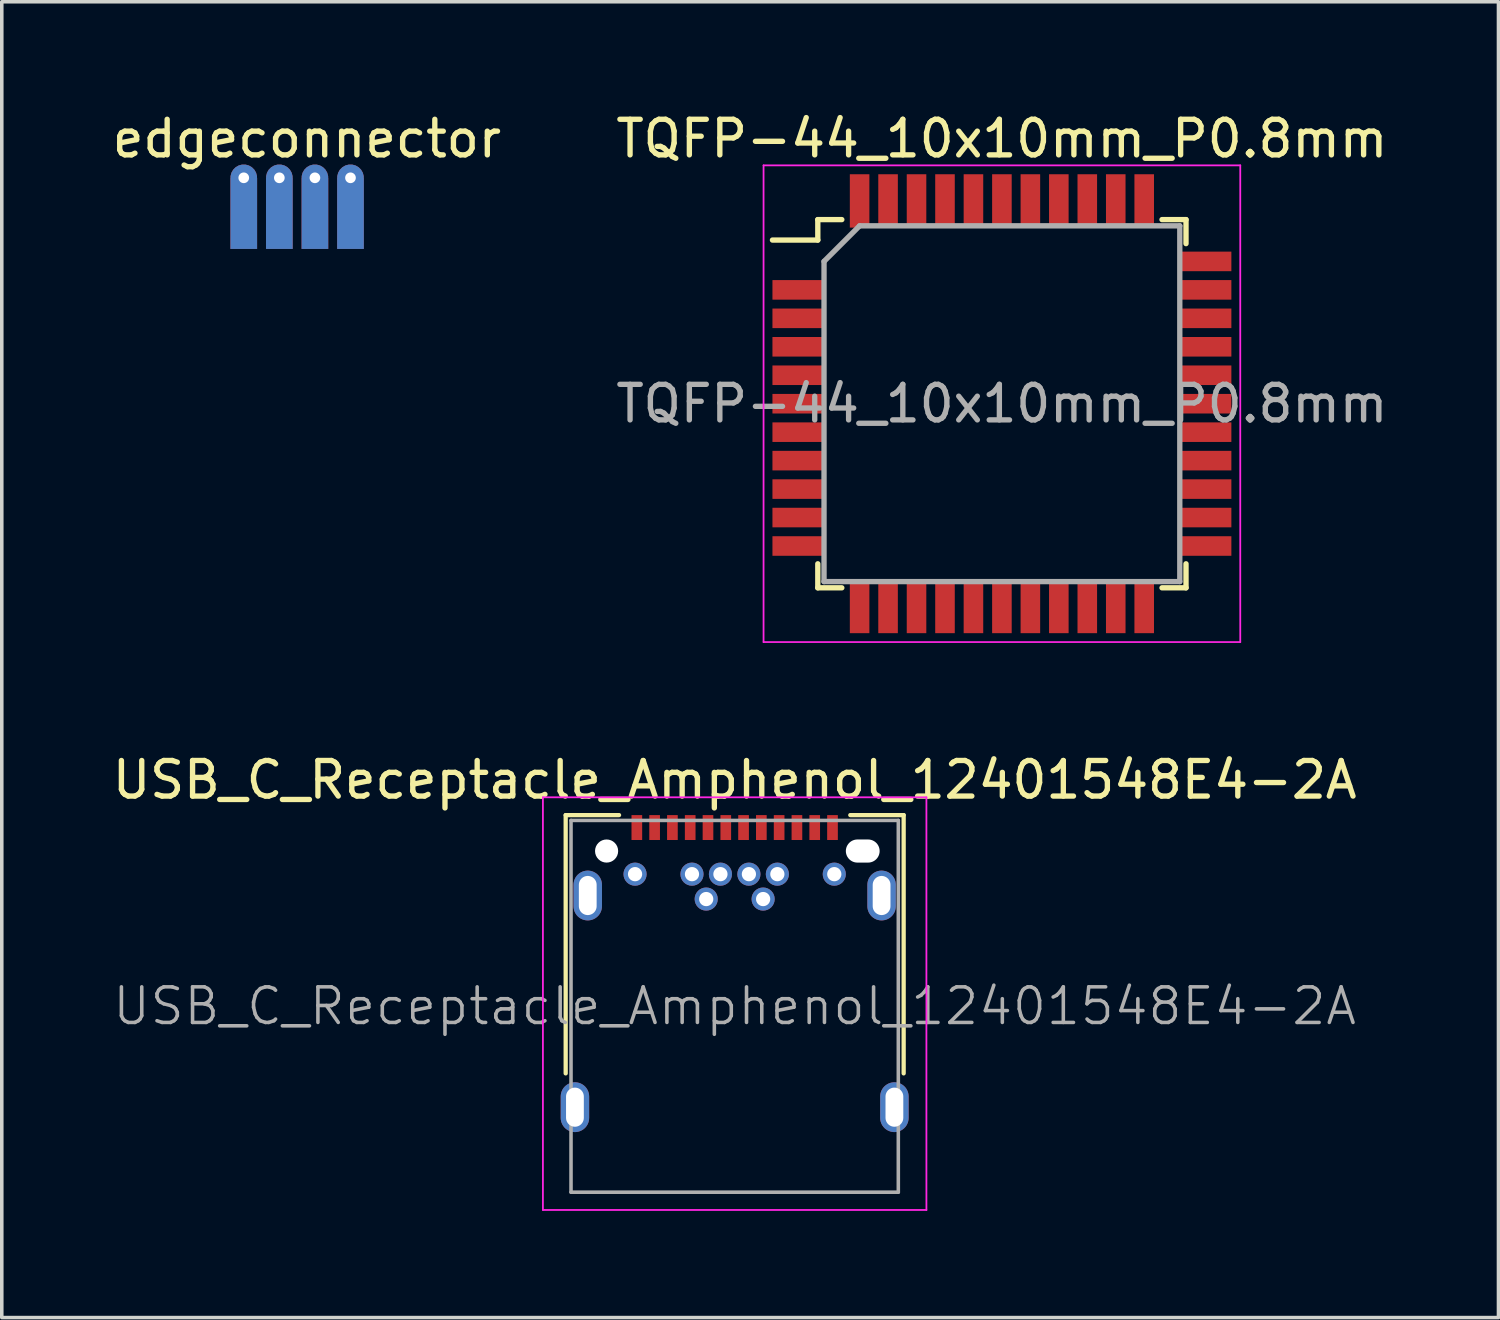
<source format=kicad_pcb>
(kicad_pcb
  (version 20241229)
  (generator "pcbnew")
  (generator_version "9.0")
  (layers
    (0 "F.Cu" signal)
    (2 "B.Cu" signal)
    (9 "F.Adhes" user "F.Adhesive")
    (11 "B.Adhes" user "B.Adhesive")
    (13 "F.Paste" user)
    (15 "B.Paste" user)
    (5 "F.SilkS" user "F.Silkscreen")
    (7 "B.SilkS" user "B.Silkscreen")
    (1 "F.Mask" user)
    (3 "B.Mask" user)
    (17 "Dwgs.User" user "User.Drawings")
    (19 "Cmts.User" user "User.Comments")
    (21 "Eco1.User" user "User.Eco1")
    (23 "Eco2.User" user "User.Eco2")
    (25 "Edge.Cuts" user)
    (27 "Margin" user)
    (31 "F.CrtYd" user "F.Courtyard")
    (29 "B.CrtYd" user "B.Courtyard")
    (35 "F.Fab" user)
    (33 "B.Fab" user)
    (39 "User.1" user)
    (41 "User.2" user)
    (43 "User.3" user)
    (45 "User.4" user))
  (footprint "edgeconnector"
    (layer "F.Cu")
    (at 5.302 3.948)
    (property "Reference" "edgeconnector" (at 0.275 -3.1 180) (layer "F.SilkS") (effects (font (size 1 1) (thickness 0.15))))
    (attr through_hole)
    (pad "1" thru_hole custom (at -1.5 -2) (size 0.75 0.75) (drill 0.3) (layers "*.Cu" "*.Mask") (options (anchor circle)) (primitives (gr_poly (pts (xy 0.375 2) (xy -0.375 2) (xy -0.375 0) (xy 0.375 0)) (width 0) (fill yes))))
    (pad "2" thru_hole custom (at -0.5 -2) (size 0.75 0.75) (drill 0.3) (layers "*.Cu" "*.Mask") (options (anchor circle)) (primitives (gr_poly (pts (xy 0.375 2) (xy -0.375 2) (xy -0.375 0) (xy 0.375 0)) (width 0) (fill yes))))
    (pad "3" thru_hole custom (at 0.5 -2) (size 0.75 0.75) (drill 0.3) (layers "*.Cu" "*.Mask") (options (anchor circle)) (primitives (gr_poly (pts (xy 0.375 2) (xy -0.375 2) (xy -0.375 0) (xy 0.375 0)) (width 0) (fill yes))))
    (pad "4" thru_hole custom (at 1.5 -2) (size 0.75 0.75) (drill 0.3) (layers "*.Cu" "*.Mask") (options (anchor circle)) (primitives (gr_poly (pts (xy 0.375 2) (xy -0.375 2) (xy -0.375 0) (xy 0.375 0)) (width 0) (fill yes)))))
  (footprint "USB_C_Receptacle_Amphenol_12401548E4-2A"
    (layer "F.Cu")
    (at 17.601 25.232)
    (property "Reference" "USB_C_Receptacle_Amphenol_12401548E4-2A" (at 0 -6.36 0) (layer "F.SilkS") (effects (font (size 1 1) (thickness 0.15))))
    (attr smd)
    (fp_line (start -4.75 -5.37) (end -4.75 1.89) (stroke (width 0.12) (type solid)) (layer "F.SilkS"))
    (fp_line (start -4.75 -5.37) (end -3.25 -5.37) (stroke (width 0.12) (type solid)) (layer "F.SilkS"))
    (fp_line (start 3.25 -5.37) (end 4.75 -5.37) (stroke (width 0.12) (type solid)) (layer "F.SilkS"))
    (fp_line (start 4.75 -5.37) (end 4.75 1.89) (stroke (width 0.12) (type solid)) (layer "F.SilkS"))
    (fp_line (start -5.39 -5.87) (end 5.39 -5.87) (stroke (width 0.05) (type solid)) (layer "F.CrtYd"))
    (fp_line (start -5.39 5.73) (end -5.39 -5.87) (stroke (width 0.05) (type solid)) (layer "F.CrtYd"))
    (fp_line (start 5.39 -5.87) (end 5.39 5.73) (stroke (width 0.05) (type solid)) (layer "F.CrtYd"))
    (fp_line (start 5.39 5.73) (end -5.39 5.73) (stroke (width 0.05) (type solid)) (layer "F.CrtYd"))
    (fp_line (start -4.6 -5.22) (end 4.6 -5.22) (stroke (width 0.1) (type solid)) (layer "F.Fab"))
    (fp_line (start -4.6 5.23) (end -4.6 -5.22) (stroke (width 0.1) (type solid)) (layer "F.Fab"))
    (fp_line (start -4.6 5.23) (end 4.6 5.23) (stroke (width 0.1) (type solid)) (layer "F.Fab"))
    (fp_line (start 4.6 5.23) (end 4.6 -5.22) (stroke (width 0.1) (type solid)) (layer "F.Fab"))
    (fp_text user "${REFERENCE}" (at 0 0 0) (layer "F.Fab") (effects (font (size 1 1) (thickness 0.1))))
    (pad "" np_thru_hole circle (at -3.6 -4.36) (size 0.65 0.65) (drill 0.65) (layers "*.Cu" "*.Mask"))
    (pad "" np_thru_hole oval (at 3.6 -4.36) (size 0.95 0.65) (drill oval 0.95 0.65) (layers "*.Cu" "*.Mask"))
    (pad "A1" smd rect (at -2.75 -5.02) (size 0.3 0.7) (layers "F.Cu" "F.Mask" "F.Paste"))
    (pad "A2" smd rect (at -2.25 -5.02) (size 0.3 0.7) (layers "F.Cu" "F.Mask" "F.Paste"))
    (pad "A3" smd rect (at -1.75 -5.02) (size 0.3 0.7) (layers "F.Cu" "F.Mask" "F.Paste"))
    (pad "A4" smd rect (at -1.25 -5.02) (size 0.3 0.7) (layers "F.Cu" "F.Mask" "F.Paste"))
    (pad "A5" smd rect (at -0.75 -5.02) (size 0.3 0.7) (layers "F.Cu" "F.Mask" "F.Paste"))
    (pad "A6" smd rect (at -0.25 -5.02) (size 0.3 0.7) (layers "F.Cu" "F.Mask" "F.Paste"))
    (pad "A7" smd rect (at 0.25 -5.02) (size 0.3 0.7) (layers "F.Cu" "F.Mask" "F.Paste"))
    (pad "A8" smd rect (at 0.75 -5.02) (size 0.3 0.7) (layers "F.Cu" "F.Mask" "F.Paste"))
    (pad "A9" smd rect (at 1.25 -5.02) (size 0.3 0.7) (layers "F.Cu" "F.Mask" "F.Paste"))
    (pad "A10" smd rect (at 1.75 -5.02) (size 0.3 0.7) (layers "F.Cu" "F.Mask" "F.Paste"))
    (pad "A11" smd rect (at 2.25 -5.02) (size 0.3 0.7) (layers "F.Cu" "F.Mask" "F.Paste"))
    (pad "A12" smd rect (at 2.75 -5.02) (size 0.3 0.7) (layers "F.Cu" "F.Mask" "F.Paste"))
    (pad "B1" thru_hole circle (at 2.8 -3.71) (size 0.65 0.65) (drill 0.4) (layers "*.Cu" "*.Mask"))
    (pad "B4" thru_hole circle (at 1.2 -3.71) (size 0.65 0.65) (drill 0.4) (layers "*.Cu" "*.Mask"))
    (pad "B5" thru_hole circle (at 0.8 -3.01) (size 0.65 0.65) (drill 0.4) (layers "*.Cu" "*.Mask"))
    (pad "B6" thru_hole circle (at 0.4 -3.71) (size 0.65 0.65) (drill 0.4) (layers "*.Cu" "*.Mask"))
    (pad "B7" thru_hole circle (at -0.4 -3.71) (size 0.65 0.65) (drill 0.4) (layers "*.Cu" "*.Mask"))
    (pad "B8" thru_hole circle (at -0.8 -3.01) (size 0.65 0.65) (drill 0.4) (layers "*.Cu" "*.Mask"))
    (pad "B9" thru_hole circle (at -1.2 -3.71) (size 0.65 0.65) (drill 0.4) (layers "*.Cu" "*.Mask"))
    (pad "B12" thru_hole circle (at -2.8 -3.71) (size 0.65 0.65) (drill 0.4) (layers "*.Cu" "*.Mask"))
    (pad "S1" thru_hole oval (at -4.49 2.84) (size 0.8 1.4) (drill oval 0.5 1.1) (layers "*.Cu" "*.Mask"))
    (pad "S1" thru_hole oval (at -4.13 -3.11) (size 0.8 1.4) (drill oval 0.5 1.1) (layers "*.Cu" "*.Mask"))
    (pad "S1" thru_hole oval (at 4.13 -3.11) (size 0.8 1.4) (drill oval 0.5 1.1) (layers "*.Cu" "*.Mask"))
    (pad "S1" thru_hole oval (at 4.49 2.84) (size 0.8 1.4) (drill oval 0.5 1.1) (layers "*.Cu" "*.Mask")))
  (footprint "TQFP-44_10x10mm_P0.8mm"
    (layer "F.Cu")
    (at 25.113 8.298)
    (property "Reference" "TQFP-44_10x10mm_P0.8mm" (at 0 -7.45 0) (layer "F.SilkS") (effects (font (size 1 1) (thickness 0.15))))
    (attr smd)
    (fp_line (start -5.175 -5.175) (end -5.175 -4.6) (stroke (width 0.15) (type solid)) (layer "F.SilkS"))
    (fp_line (start -5.175 -5.175) (end -4.5 -5.175) (stroke (width 0.15) (type solid)) (layer "F.SilkS"))
    (fp_line (start -5.175 -4.6) (end -6.45 -4.6) (stroke (width 0.15) (type solid)) (layer "F.SilkS"))
    (fp_line (start -5.175 5.175) (end -5.175 4.5) (stroke (width 0.15) (type solid)) (layer "F.SilkS"))
    (fp_line (start -5.175 5.175) (end -4.5 5.175) (stroke (width 0.15) (type solid)) (layer "F.SilkS"))
    (fp_line (start 5.175 -5.175) (end 4.5 -5.175) (stroke (width 0.15) (type solid)) (layer "F.SilkS"))
    (fp_line (start 5.175 -5.175) (end 5.175 -4.5) (stroke (width 0.15) (type solid)) (layer "F.SilkS"))
    (fp_line (start 5.175 5.175) (end 4.5 5.175) (stroke (width 0.15) (type solid)) (layer "F.SilkS"))
    (fp_line (start 5.175 5.175) (end 5.175 4.5) (stroke (width 0.15) (type solid)) (layer "F.SilkS"))
    (fp_line (start -6.7 -6.7) (end -6.7 6.7) (stroke (width 0.05) (type solid)) (layer "F.CrtYd"))
    (fp_line (start -6.7 -6.7) (end 6.7 -6.7) (stroke (width 0.05) (type solid)) (layer "F.CrtYd"))
    (fp_line (start -6.7 6.7) (end 6.7 6.7) (stroke (width 0.05) (type solid)) (layer "F.CrtYd"))
    (fp_line (start 6.7 -6.7) (end 6.7 6.7) (stroke (width 0.05) (type solid)) (layer "F.CrtYd"))
    (fp_line (start -5 -4) (end -4 -5) (stroke (width 0.15) (type solid)) (layer "F.Fab"))
    (fp_line (start -5 5) (end -5 -4) (stroke (width 0.15) (type solid)) (layer "F.Fab"))
    (fp_line (start -4 -5) (end 5 -5) (stroke (width 0.15) (type solid)) (layer "F.Fab"))
    (fp_line (start 5 -5) (end 5 5) (stroke (width 0.15) (type solid)) (layer "F.Fab"))
    (fp_line (start 5 5) (end -5 5) (stroke (width 0.15) (type solid)) (layer "F.Fab"))
    (fp_text user "${REFERENCE}" (at 0 0 0) (layer "F.Fab") (effects (font (size 1 1) (thickness 0.15))))
    (pad "2" smd rect (at -5.7 -3.2) (size 1.5 0.55) (layers "F.Cu" "F.Mask" "F.Paste"))
    (pad "3" smd rect (at -5.7 -2.4) (size 1.5 0.55) (layers "F.Cu" "F.Mask" "F.Paste"))
    (pad "4" smd rect (at -5.7 -1.6) (size 1.5 0.55) (layers "F.Cu" "F.Mask" "F.Paste"))
    (pad "5" smd rect (at -5.7 -0.8) (size 1.5 0.55) (layers "F.Cu" "F.Mask" "F.Paste"))
    (pad "6" smd rect (at -5.7 0) (size 1.5 0.55) (layers "F.Cu" "F.Mask" "F.Paste"))
    (pad "7" smd rect (at -5.7 0.8) (size 1.5 0.55) (layers "F.Cu" "F.Mask" "F.Paste"))
    (pad "8" smd rect (at -5.7 1.6) (size 1.5 0.55) (layers "F.Cu" "F.Mask" "F.Paste"))
    (pad "9" smd rect (at -5.7 2.4) (size 1.5 0.55) (layers "F.Cu" "F.Mask" "F.Paste"))
    (pad "10" smd rect (at -5.7 3.2) (size 1.5 0.55) (layers "F.Cu" "F.Mask" "F.Paste"))
    (pad "11" smd rect (at -5.7 4) (size 1.5 0.55) (layers "F.Cu" "F.Mask" "F.Paste"))
    (pad "12" smd rect (at -4 5.7 90) (size 1.5 0.55) (layers "F.Cu" "F.Mask" "F.Paste"))
    (pad "13" smd rect (at -3.2 5.7 90) (size 1.5 0.55) (layers "F.Cu" "F.Mask" "F.Paste"))
    (pad "14" smd rect (at -2.4 5.7 90) (size 1.5 0.55) (layers "F.Cu" "F.Mask" "F.Paste"))
    (pad "15" smd rect (at -1.6 5.7 90) (size 1.5 0.55) (layers "F.Cu" "F.Mask" "F.Paste"))
    (pad "16" smd rect (at -0.8 5.7 90) (size 1.5 0.55) (layers "F.Cu" "F.Mask" "F.Paste"))
    (pad "17" smd rect (at 0 5.7 90) (size 1.5 0.55) (layers "F.Cu" "F.Mask" "F.Paste"))
    (pad "18" smd rect (at 0.8 5.7 90) (size 1.5 0.55) (layers "F.Cu" "F.Mask" "F.Paste"))
    (pad "19" smd rect (at 1.6 5.7 90) (size 1.5 0.55) (layers "F.Cu" "F.Mask" "F.Paste"))
    (pad "20" smd rect (at 2.4 5.7 90) (size 1.5 0.55) (layers "F.Cu" "F.Mask" "F.Paste"))
    (pad "21" smd rect (at 3.2 5.7 90) (size 1.5 0.55) (layers "F.Cu" "F.Mask" "F.Paste"))
    (pad "22" smd rect (at 4 5.7 90) (size 1.5 0.55) (layers "F.Cu" "F.Mask" "F.Paste"))
    (pad "23" smd rect (at 5.7 4) (size 1.5 0.55) (layers "F.Cu" "F.Mask" "F.Paste"))
    (pad "24" smd rect (at 5.7 3.2) (size 1.5 0.55) (layers "F.Cu" "F.Mask" "F.Paste"))
    (pad "25" smd rect (at 5.7 2.4) (size 1.5 0.55) (layers "F.Cu" "F.Mask" "F.Paste"))
    (pad "26" smd rect (at 5.7 1.6) (size 1.5 0.55) (layers "F.Cu" "F.Mask" "F.Paste"))
    (pad "27" smd rect (at 5.7 0.8) (size 1.5 0.55) (layers "F.Cu" "F.Mask" "F.Paste"))
    (pad "28" smd rect (at 5.7 0) (size 1.5 0.55) (layers "F.Cu" "F.Mask" "F.Paste"))
    (pad "29" smd rect (at 5.7 -0.8) (size 1.5 0.55) (layers "F.Cu" "F.Mask" "F.Paste"))
    (pad "30" smd rect (at 5.7 -1.6) (size 1.5 0.55) (layers "F.Cu" "F.Mask" "F.Paste"))
    (pad "31" smd rect (at 5.7 -2.4) (size 1.5 0.55) (layers "F.Cu" "F.Mask" "F.Paste"))
    (pad "32" smd rect (at 5.7 -3.2) (size 1.5 0.55) (layers "F.Cu" "F.Mask" "F.Paste"))
    (pad "33" smd rect (at 5.7 -4) (size 1.5 0.55) (layers "F.Cu" "F.Mask" "F.Paste"))
    (pad "34" smd rect (at 4 -5.7 90) (size 1.5 0.55) (layers "F.Cu" "F.Mask" "F.Paste"))
    (pad "35" smd rect (at 3.2 -5.7 90) (size 1.5 0.55) (layers "F.Cu" "F.Mask" "F.Paste"))
    (pad "36" smd rect (at 2.4 -5.7 90) (size 1.5 0.55) (layers "F.Cu" "F.Mask" "F.Paste"))
    (pad "37" smd rect (at 1.6 -5.7 90) (size 1.5 0.55) (layers "F.Cu" "F.Mask" "F.Paste"))
    (pad "38" smd rect (at 0.8 -5.7 90) (size 1.5 0.55) (layers "F.Cu" "F.Mask" "F.Paste"))
    (pad "39" smd rect (at 0 -5.7 90) (size 1.5 0.55) (layers "F.Cu" "F.Mask" "F.Paste"))
    (pad "40" smd rect (at -0.8 -5.7 90) (size 1.5 0.55) (layers "F.Cu" "F.Mask" "F.Paste"))
    (pad "41" smd rect (at -1.6 -5.7 90) (size 1.5 0.55) (layers "F.Cu" "F.Mask" "F.Paste"))
    (pad "42" smd rect (at -2.4 -5.7 90) (size 1.5 0.55) (layers "F.Cu" "F.Mask" "F.Paste"))
    (pad "43" smd rect (at -3.2 -5.7 90) (size 1.5 0.55) (layers "F.Cu" "F.Mask" "F.Paste"))
    (pad "44" smd rect (at -4 -5.7 90) (size 1.5 0.55) (layers "F.Cu" "F.Mask" "F.Paste")))
  (gr_rect
    (start -3 -3)
    (end 39.071 33.986)
    (stroke (width 0.1) (type default))
    (fill no)
    (layer "Edge.Cuts")))
</source>
